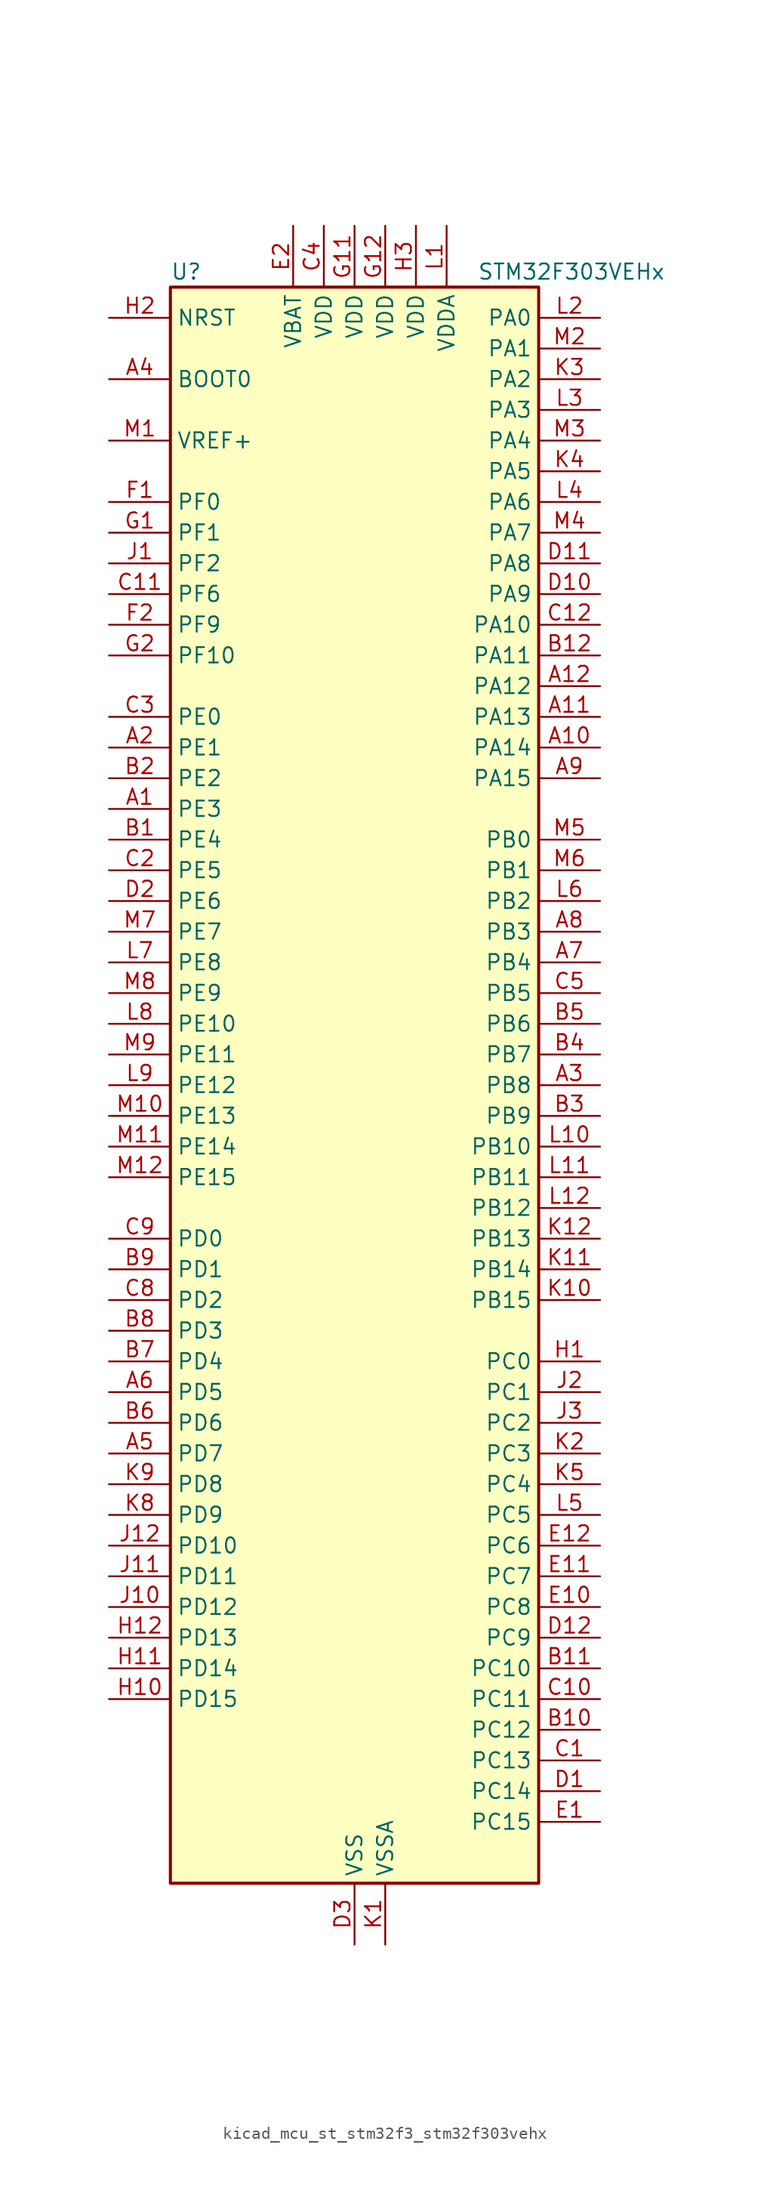
<source format=kicad_sym>
(kicad_symbol_lib
  (version 20220914)
  (generator kicad_symbol_editor)
  (symbol "kicad_mcu_st_stm32f3_stm32f303vehx"
    (property "Reference" "U"
      (at -15.24 67.31 0)
      (effects (font (size 1.27 1.27)) (justify left)))
    (property "Value" "STM32F303VEHx"
      (at 10.16 67.31 0)
      (effects (font (size 1.27 1.27)) (justify left)))
    (property "ki_locked" ""
      (at 0 0 0)
      (effects (font (size 1.27 1.27))))
    (symbol "kicad_mcu_st_stm32f3_stm32f303vehx_0_1"
      (rectangle (start -15.24 -66.04) (end 15.24 66.04) (stroke (width 0.254) (type default)) (fill (type background))))
    (symbol "kicad_mcu_st_stm32f3_stm32f303vehx_1_1"
      (pin bidirectional line (at -20.32 22.86 0) (length 5.08) (name "PE3" (effects (font (size 1.27 1.27)))) (number "A1" (effects (font (size 1.27 1.27)))) (alternate "FMC_A19" bidirectional line) (alternate "SPI4_NSS" bidirectional line) (alternate "SYS_TRACED0" bidirectional line) (alternate "TIM20_CH2" bidirectional line) (alternate "TIM3_CH2" bidirectional line) (alternate "TSC_G7_IO2" bidirectional line))
      (pin bidirectional line (at 20.32 27.94 180) (length 5.08) (name "PA14" (effects (font (size 1.27 1.27)))) (number "A10" (effects (font (size 1.27 1.27)))) (alternate "I2C1_SDA" bidirectional line) (alternate "SYS_JTCK-SWCLK" bidirectional line) (alternate "TIM1_BKIN" bidirectional line) (alternate "TIM8_CH2" bidirectional line) (alternate "TSC_G4_IO4" bidirectional line) (alternate "USART2_TX" bidirectional line))
      (pin bidirectional line (at 20.32 30.48 180) (length 5.08) (name "PA13" (effects (font (size 1.27 1.27)))) (number "A11" (effects (font (size 1.27 1.27)))) (alternate "IR_OUT" bidirectional line) (alternate "SYS_JTMS-SWDIO" bidirectional line) (alternate "TIM16_CH1N" bidirectional line) (alternate "TIM4_CH3" bidirectional line) (alternate "TSC_G4_IO3" bidirectional line) (alternate "USART3_CTS" bidirectional line))
      (pin bidirectional line (at 20.32 33.02 180) (length 5.08) (name "PA12" (effects (font (size 1.27 1.27)))) (number "A12" (effects (font (size 1.27 1.27)))) (alternate "CAN_TX" bidirectional line) (alternate "COMP2_OUT" bidirectional line) (alternate "I2S_CKIN" bidirectional line) (alternate "TIM16_CH1" bidirectional line) (alternate "TIM1_CH2N" bidirectional line) (alternate "TIM1_ETR" bidirectional line) (alternate "TIM4_CH2" bidirectional line) (alternate "USART1_DE" bidirectional line) (alternate "USART1_RTS" bidirectional line) (alternate "USB_DP" bidirectional line))
      (pin bidirectional line (at -20.32 27.94 0) (length 5.08) (name "PE1" (effects (font (size 1.27 1.27)))) (number "A2" (effects (font (size 1.27 1.27)))) (alternate "FMC_NBL1" bidirectional line) (alternate "TIM17_CH1" bidirectional line) (alternate "TIM20_CH4" bidirectional line) (alternate "USART1_RX" bidirectional line))
      (pin bidirectional line (at 20.32 0 180) (length 5.08) (name "PB8" (effects (font (size 1.27 1.27)))) (number "A3" (effects (font (size 1.27 1.27)))) (alternate "CAN_RX" bidirectional line) (alternate "COMP1_OUT" bidirectional line) (alternate "I2C1_SCL" bidirectional line) (alternate "TIM16_CH1" bidirectional line) (alternate "TIM1_BKIN" bidirectional line) (alternate "TIM4_CH3" bidirectional line) (alternate "TIM8_CH2" bidirectional line) (alternate "TSC_SYNC" bidirectional line) (alternate "USART3_RX" bidirectional line))
      (pin input line (at -20.32 58.42 0) (length 5.08) (name "BOOT0" (effects (font (size 1.27 1.27)))) (number "A4" (effects (font (size 1.27 1.27)))))
      (pin bidirectional line (at -20.32 -30.48 0) (length 5.08) (name "PD7" (effects (font (size 1.27 1.27)))) (number "A5" (effects (font (size 1.27 1.27)))) (alternate "FMC_NCE2" bidirectional line) (alternate "FMC_NE1" bidirectional line) (alternate "TIM2_CH3" bidirectional line) (alternate "USART2_CK" bidirectional line))
      (pin bidirectional line (at -20.32 -25.4 0) (length 5.08) (name "PD5" (effects (font (size 1.27 1.27)))) (number "A6" (effects (font (size 1.27 1.27)))) (alternate "FMC_NWE" bidirectional line) (alternate "USART2_TX" bidirectional line))
      (pin bidirectional line (at 20.32 10.16 180) (length 5.08) (name "PB4" (effects (font (size 1.27 1.27)))) (number "A7" (effects (font (size 1.27 1.27)))) (alternate "I2S3_ext_SD" bidirectional line) (alternate "SPI1_MISO" bidirectional line) (alternate "SPI3_MISO" bidirectional line) (alternate "SYS_NJTRST" bidirectional line) (alternate "TIM16_CH1" bidirectional line) (alternate "TIM17_BKIN" bidirectional line) (alternate "TIM3_CH1" bidirectional line) (alternate "TIM8_CH2N" bidirectional line) (alternate "TSC_G5_IO2" bidirectional line) (alternate "USART2_RX" bidirectional line))
      (pin bidirectional line (at 20.32 12.7 180) (length 5.08) (name "PB3" (effects (font (size 1.27 1.27)))) (number "A8" (effects (font (size 1.27 1.27)))) (alternate "I2S3_CK" bidirectional line) (alternate "SPI1_SCK" bidirectional line) (alternate "SPI3_SCK" bidirectional line) (alternate "SYS_JTDO-TRACESWO" bidirectional line) (alternate "TIM2_CH2" bidirectional line) (alternate "TIM3_ETR" bidirectional line) (alternate "TIM4_ETR" bidirectional line) (alternate "TIM8_CH1N" bidirectional line) (alternate "TSC_G5_IO1" bidirectional line) (alternate "USART2_TX" bidirectional line))
      (pin bidirectional line (at 20.32 25.4 180) (length 5.08) (name "PA15" (effects (font (size 1.27 1.27)))) (number "A9" (effects (font (size 1.27 1.27)))) (alternate "ADC1_EXTI15" bidirectional line) (alternate "ADC2_EXTI15" bidirectional line) (alternate "ADC3_EXTI15" bidirectional line) (alternate "ADC4_EXTI15" bidirectional line) (alternate "I2C1_SCL" bidirectional line) (alternate "I2S3_WS" bidirectional line) (alternate "SPI1_NSS" bidirectional line) (alternate "SPI3_NSS" bidirectional line) (alternate "SYS_JTDI" bidirectional line) (alternate "TIM1_BKIN" bidirectional line) (alternate "TIM2_CH1" bidirectional line) (alternate "TIM2_ETR" bidirectional line) (alternate "TIM8_CH1" bidirectional line) (alternate "TSC_SYNC" bidirectional line) (alternate "USART2_RX" bidirectional line))
      (pin bidirectional line (at -20.32 20.32 0) (length 5.08) (name "PE4" (effects (font (size 1.27 1.27)))) (number "B1" (effects (font (size 1.27 1.27)))) (alternate "FMC_A20" bidirectional line) (alternate "SPI4_NSS" bidirectional line) (alternate "SYS_TRACED1" bidirectional line) (alternate "TIM20_CH1N" bidirectional line) (alternate "TIM3_CH3" bidirectional line) (alternate "TSC_G7_IO3" bidirectional line))
      (pin bidirectional line (at 20.32 -53.34 180) (length 5.08) (name "PC12" (effects (font (size 1.27 1.27)))) (number "B10" (effects (font (size 1.27 1.27)))) (alternate "I2S3_SD" bidirectional line) (alternate "SPI3_MOSI" bidirectional line) (alternate "TIM8_CH3N" bidirectional line) (alternate "UART5_TX" bidirectional line) (alternate "USART3_CK" bidirectional line))
      (pin bidirectional line (at 20.32 -48.26 180) (length 5.08) (name "PC10" (effects (font (size 1.27 1.27)))) (number "B11" (effects (font (size 1.27 1.27)))) (alternate "I2S3_CK" bidirectional line) (alternate "SPI3_SCK" bidirectional line) (alternate "TIM8_CH1N" bidirectional line) (alternate "UART4_TX" bidirectional line) (alternate "USART3_TX" bidirectional line))
      (pin bidirectional line (at 20.32 35.56 180) (length 5.08) (name "PA11" (effects (font (size 1.27 1.27)))) (number "B12" (effects (font (size 1.27 1.27)))) (alternate "ADC1_EXTI11" bidirectional line) (alternate "ADC2_EXTI11" bidirectional line) (alternate "CAN_RX" bidirectional line) (alternate "COMP1_OUT" bidirectional line) (alternate "I2S2_SD" bidirectional line) (alternate "SPI2_MOSI" bidirectional line) (alternate "TIM1_BKIN2" bidirectional line) (alternate "TIM1_CH1N" bidirectional line) (alternate "TIM1_CH4" bidirectional line) (alternate "TIM4_CH1" bidirectional line) (alternate "USART1_CTS" bidirectional line) (alternate "USB_DM" bidirectional line))
      (pin bidirectional line (at -20.32 25.4 0) (length 5.08) (name "PE2" (effects (font (size 1.27 1.27)))) (number "B2" (effects (font (size 1.27 1.27)))) (alternate "ADC3_EXTI2" bidirectional line) (alternate "ADC4_EXTI2" bidirectional line) (alternate "FMC_A23" bidirectional line) (alternate "SPI4_SCK" bidirectional line) (alternate "SYS_TRACECK" bidirectional line) (alternate "TIM20_CH1" bidirectional line) (alternate "TIM3_CH1" bidirectional line) (alternate "TSC_G7_IO1" bidirectional line))
      (pin bidirectional line (at 20.32 -2.54 180) (length 5.08) (name "PB9" (effects (font (size 1.27 1.27)))) (number "B3" (effects (font (size 1.27 1.27)))) (alternate "CAN_TX" bidirectional line) (alternate "COMP2_OUT" bidirectional line) (alternate "DAC1_EXTI9" bidirectional line) (alternate "I2C1_SDA" bidirectional line) (alternate "IR_OUT" bidirectional line) (alternate "TIM17_CH1" bidirectional line) (alternate "TIM4_CH4" bidirectional line) (alternate "TIM8_CH3" bidirectional line) (alternate "USART3_TX" bidirectional line))
      (pin bidirectional line (at 20.32 2.54 180) (length 5.08) (name "PB7" (effects (font (size 1.27 1.27)))) (number "B4" (effects (font (size 1.27 1.27)))) (alternate "FMC_NL" bidirectional line) (alternate "I2C1_SDA" bidirectional line) (alternate "TIM17_CH1N" bidirectional line) (alternate "TIM3_CH4" bidirectional line) (alternate "TIM4_CH2" bidirectional line) (alternate "TIM8_BKIN" bidirectional line) (alternate "TSC_G5_IO4" bidirectional line) (alternate "USART1_RX" bidirectional line))
      (pin bidirectional line (at 20.32 5.08 180) (length 5.08) (name "PB6" (effects (font (size 1.27 1.27)))) (number "B5" (effects (font (size 1.27 1.27)))) (alternate "I2C1_SCL" bidirectional line) (alternate "TIM16_CH1N" bidirectional line) (alternate "TIM4_CH1" bidirectional line) (alternate "TIM8_BKIN2" bidirectional line) (alternate "TIM8_CH1" bidirectional line) (alternate "TIM8_ETR" bidirectional line) (alternate "TSC_G5_IO3" bidirectional line) (alternate "USART1_TX" bidirectional line))
      (pin bidirectional line (at -20.32 -27.94 0) (length 5.08) (name "PD6" (effects (font (size 1.27 1.27)))) (number "B6" (effects (font (size 1.27 1.27)))) (alternate "FMC_NWAIT" bidirectional line) (alternate "TIM2_CH4" bidirectional line) (alternate "USART2_RX" bidirectional line))
      (pin bidirectional line (at -20.32 -22.86 0) (length 5.08) (name "PD4" (effects (font (size 1.27 1.27)))) (number "B7" (effects (font (size 1.27 1.27)))) (alternate "FMC_NOE" bidirectional line) (alternate "TIM2_CH2" bidirectional line) (alternate "USART2_DE" bidirectional line) (alternate "USART2_RTS" bidirectional line))
      (pin bidirectional line (at -20.32 -20.32 0) (length 5.08) (name "PD3" (effects (font (size 1.27 1.27)))) (number "B8" (effects (font (size 1.27 1.27)))) (alternate "FMC_CLK" bidirectional line) (alternate "TIM2_CH1" bidirectional line) (alternate "TIM2_ETR" bidirectional line) (alternate "USART2_CTS" bidirectional line))
      (pin bidirectional line (at -20.32 -15.24 0) (length 5.08) (name "PD1" (effects (font (size 1.27 1.27)))) (number "B9" (effects (font (size 1.27 1.27)))) (alternate "CAN_TX" bidirectional line) (alternate "FMC_D3" bidirectional line) (alternate "FMC_DA3" bidirectional line) (alternate "TIM8_BKIN2" bidirectional line) (alternate "TIM8_CH4" bidirectional line))
      (pin bidirectional line (at 20.32 -55.88 180) (length 5.08) (name "PC13" (effects (font (size 1.27 1.27)))) (number "C1" (effects (font (size 1.27 1.27)))) (alternate "RTC_OUT_ALARM" bidirectional line) (alternate "RTC_OUT_CALIB" bidirectional line) (alternate "RTC_TAMP1" bidirectional line) (alternate "RTC_TS" bidirectional line) (alternate "SYS_WKUP2" bidirectional line) (alternate "TIM1_CH1N" bidirectional line))
      (pin bidirectional line (at 20.32 -50.8 180) (length 5.08) (name "PC11" (effects (font (size 1.27 1.27)))) (number "C10" (effects (font (size 1.27 1.27)))) (alternate "ADC1_EXTI11" bidirectional line) (alternate "ADC2_EXTI11" bidirectional line) (alternate "I2S3_ext_SD" bidirectional line) (alternate "SPI3_MISO" bidirectional line) (alternate "TIM8_CH2N" bidirectional line) (alternate "UART4_RX" bidirectional line) (alternate "USART3_RX" bidirectional line))
      (pin bidirectional line (at -20.32 40.64 0) (length 5.08) (name "PF6" (effects (font (size 1.27 1.27)))) (number "C11" (effects (font (size 1.27 1.27)))) (alternate "FMC_NIORD" bidirectional line) (alternate "I2C2_SCL" bidirectional line) (alternate "TIM4_CH4" bidirectional line) (alternate "USART3_DE" bidirectional line) (alternate "USART3_RTS" bidirectional line))
      (pin bidirectional line (at 20.32 38.1 180) (length 5.08) (name "PA10" (effects (font (size 1.27 1.27)))) (number "C12" (effects (font (size 1.27 1.27)))) (alternate "COMP6_OUT" bidirectional line) (alternate "I2C2_SDA" bidirectional line) (alternate "I2S2_ext_SD" bidirectional line) (alternate "SPI2_MISO" bidirectional line) (alternate "TIM17_BKIN" bidirectional line) (alternate "TIM1_CH3" bidirectional line) (alternate "TIM2_CH4" bidirectional line) (alternate "TIM8_BKIN" bidirectional line) (alternate "TSC_G4_IO2" bidirectional line) (alternate "USART1_RX" bidirectional line))
      (pin bidirectional line (at -20.32 17.78 0) (length 5.08) (name "PE5" (effects (font (size 1.27 1.27)))) (number "C2" (effects (font (size 1.27 1.27)))) (alternate "FMC_A21" bidirectional line) (alternate "SPI4_MISO" bidirectional line) (alternate "SYS_TRACED2" bidirectional line) (alternate "TIM20_CH2N" bidirectional line) (alternate "TIM3_CH4" bidirectional line) (alternate "TSC_G7_IO4" bidirectional line))
      (pin bidirectional line (at -20.32 30.48 0) (length 5.08) (name "PE0" (effects (font (size 1.27 1.27)))) (number "C3" (effects (font (size 1.27 1.27)))) (alternate "FMC_NBL0" bidirectional line) (alternate "TIM16_CH1" bidirectional line) (alternate "TIM20_ETR" bidirectional line) (alternate "TIM4_ETR" bidirectional line) (alternate "USART1_TX" bidirectional line))
      (pin power_in line (at -2.54 71.12 270) (length 5.08) (name "VDD" (effects (font (size 1.27 1.27)))) (number "C4" (effects (font (size 1.27 1.27)))))
      (pin bidirectional line (at 20.32 7.62 180) (length 5.08) (name "PB5" (effects (font (size 1.27 1.27)))) (number "C5" (effects (font (size 1.27 1.27)))) (alternate "I2C1_SMBA" bidirectional line) (alternate "I2C3_SDA" bidirectional line) (alternate "I2S3_SD" bidirectional line) (alternate "SPI1_MOSI" bidirectional line) (alternate "SPI3_MOSI" bidirectional line) (alternate "TIM16_BKIN" bidirectional line) (alternate "TIM17_CH1" bidirectional line) (alternate "TIM3_CH2" bidirectional line) (alternate "TIM8_CH3N" bidirectional line) (alternate "USART2_CK" bidirectional line))
      (pin bidirectional line (at -20.32 -17.78 0) (length 5.08) (name "PD2" (effects (font (size 1.27 1.27)))) (number "C8" (effects (font (size 1.27 1.27)))) (alternate "ADC3_EXTI2" bidirectional line) (alternate "ADC4_EXTI2" bidirectional line) (alternate "TIM3_ETR" bidirectional line) (alternate "TIM8_BKIN" bidirectional line) (alternate "UART5_RX" bidirectional line))
      (pin bidirectional line (at -20.32 -12.7 0) (length 5.08) (name "PD0" (effects (font (size 1.27 1.27)))) (number "C9" (effects (font (size 1.27 1.27)))) (alternate "CAN_RX" bidirectional line) (alternate "FMC_D2" bidirectional line) (alternate "FMC_DA2" bidirectional line))
      (pin bidirectional line (at 20.32 -58.42 180) (length 5.08) (name "PC14" (effects (font (size 1.27 1.27)))) (number "D1" (effects (font (size 1.27 1.27)))) (alternate "RCC_OSC32_IN" bidirectional line))
      (pin bidirectional line (at 20.32 40.64 180) (length 5.08) (name "PA9" (effects (font (size 1.27 1.27)))) (number "D10" (effects (font (size 1.27 1.27)))) (alternate "COMP5_OUT" bidirectional line) (alternate "DAC1_EXTI9" bidirectional line) (alternate "I2C2_SCL" bidirectional line) (alternate "I2C3_SMBA" bidirectional line) (alternate "I2S3_MCK" bidirectional line) (alternate "TIM15_BKIN" bidirectional line) (alternate "TIM1_CH2" bidirectional line) (alternate "TIM2_CH3" bidirectional line) (alternate "TSC_G4_IO1" bidirectional line) (alternate "USART1_TX" bidirectional line))
      (pin bidirectional line (at 20.32 43.18 180) (length 5.08) (name "PA8" (effects (font (size 1.27 1.27)))) (number "D11" (effects (font (size 1.27 1.27)))) (alternate "COMP3_OUT" bidirectional line) (alternate "I2C2_SMBA" bidirectional line) (alternate "I2C3_SCL" bidirectional line) (alternate "I2S2_MCK" bidirectional line) (alternate "RCC_MCO" bidirectional line) (alternate "TIM1_CH1" bidirectional line) (alternate "TIM4_ETR" bidirectional line) (alternate "USART1_CK" bidirectional line))
      (pin bidirectional line (at 20.32 -45.72 180) (length 5.08) (name "PC9" (effects (font (size 1.27 1.27)))) (number "D12" (effects (font (size 1.27 1.27)))) (alternate "DAC1_EXTI9" bidirectional line) (alternate "I2C3_SDA" bidirectional line) (alternate "I2S_CKIN" bidirectional line) (alternate "TIM3_CH4" bidirectional line) (alternate "TIM8_BKIN2" bidirectional line) (alternate "TIM8_CH4" bidirectional line))
      (pin bidirectional line (at -20.32 15.24 0) (length 5.08) (name "PE6" (effects (font (size 1.27 1.27)))) (number "D2" (effects (font (size 1.27 1.27)))) (alternate "FMC_A22" bidirectional line) (alternate "RTC_TAMP3" bidirectional line) (alternate "SPI4_MOSI" bidirectional line) (alternate "SYS_TRACED3" bidirectional line) (alternate "SYS_WKUP3" bidirectional line) (alternate "TIM20_CH3N" bidirectional line))
      (pin power_in line (at 0 -71.12 90) (length 5.08) (name "VSS" (effects (font (size 1.27 1.27)))) (number "D3" (effects (font (size 1.27 1.27)))))
      (pin bidirectional line (at 20.32 -60.96 180) (length 5.08) (name "PC15" (effects (font (size 1.27 1.27)))) (number "E1" (effects (font (size 1.27 1.27)))) (alternate "ADC1_EXTI15" bidirectional line) (alternate "ADC2_EXTI15" bidirectional line) (alternate "ADC3_EXTI15" bidirectional line) (alternate "ADC4_EXTI15" bidirectional line) (alternate "RCC_OSC32_OUT" bidirectional line))
      (pin bidirectional line (at 20.32 -43.18 180) (length 5.08) (name "PC8" (effects (font (size 1.27 1.27)))) (number "E10" (effects (font (size 1.27 1.27)))) (alternate "COMP3_OUT" bidirectional line) (alternate "TIM3_CH3" bidirectional line) (alternate "TIM8_CH3" bidirectional line))
      (pin bidirectional line (at 20.32 -40.64 180) (length 5.08) (name "PC7" (effects (font (size 1.27 1.27)))) (number "E11" (effects (font (size 1.27 1.27)))) (alternate "COMP5_OUT" bidirectional line) (alternate "I2S3_MCK" bidirectional line) (alternate "TIM3_CH2" bidirectional line) (alternate "TIM8_CH2" bidirectional line))
      (pin bidirectional line (at 20.32 -38.1 180) (length 5.08) (name "PC6" (effects (font (size 1.27 1.27)))) (number "E12" (effects (font (size 1.27 1.27)))) (alternate "COMP6_OUT" bidirectional line) (alternate "I2S2_MCK" bidirectional line) (alternate "TIM3_CH1" bidirectional line) (alternate "TIM8_CH1" bidirectional line))
      (pin power_in line (at -5.08 71.12 270) (length 5.08) (name "VBAT" (effects (font (size 1.27 1.27)))) (number "E2" (effects (font (size 1.27 1.27)))))
      (pin passive line (at 0 -71.12 90) (length 5.08) hide (name "VSS" (effects (font (size 1.27 1.27)))) (number "E3" (effects (font (size 1.27 1.27)))))
      (pin bidirectional line (at -20.32 48.26 0) (length 5.08) (name "PF0" (effects (font (size 1.27 1.27)))) (number "F1" (effects (font (size 1.27 1.27)))) (alternate "I2C2_SDA" bidirectional line) (alternate "I2S2_WS" bidirectional line) (alternate "RCC_OSC_IN" bidirectional line) (alternate "SPI2_NSS" bidirectional line) (alternate "TIM1_CH3N" bidirectional line))
      (pin passive line (at 0 -71.12 90) (length 5.08) hide (name "VSS" (effects (font (size 1.27 1.27)))) (number "F11" (effects (font (size 1.27 1.27)))))
      (pin passive line (at 0 -71.12 90) (length 5.08) hide (name "VSS" (effects (font (size 1.27 1.27)))) (number "F12" (effects (font (size 1.27 1.27)))))
      (pin bidirectional line (at -20.32 38.1 0) (length 5.08) (name "PF9" (effects (font (size 1.27 1.27)))) (number "F2" (effects (font (size 1.27 1.27)))) (alternate "DAC1_EXTI9" bidirectional line) (alternate "FMC_CD" bidirectional line) (alternate "SPI2_SCK" bidirectional line) (alternate "TIM15_CH1" bidirectional line) (alternate "TIM20_BKIN" bidirectional line))
      (pin bidirectional line (at -20.32 45.72 0) (length 5.08) (name "PF1" (effects (font (size 1.27 1.27)))) (number "G1" (effects (font (size 1.27 1.27)))) (alternate "I2C2_SCL" bidirectional line) (alternate "I2S2_CK" bidirectional line) (alternate "RCC_OSC_OUT" bidirectional line) (alternate "SPI2_SCK" bidirectional line))
      (pin power_in line (at 0 71.12 270) (length 5.08) (name "VDD" (effects (font (size 1.27 1.27)))) (number "G11" (effects (font (size 1.27 1.27)))))
      (pin power_in line (at 2.54 71.12 270) (length 5.08) (name "VDD" (effects (font (size 1.27 1.27)))) (number "G12" (effects (font (size 1.27 1.27)))))
      (pin bidirectional line (at -20.32 35.56 0) (length 5.08) (name "PF10" (effects (font (size 1.27 1.27)))) (number "G2" (effects (font (size 1.27 1.27)))) (alternate "FMC_INTR" bidirectional line) (alternate "SPI2_SCK" bidirectional line) (alternate "TIM15_CH2" bidirectional line) (alternate "TIM20_BKIN2" bidirectional line))
      (pin bidirectional line (at 20.32 -22.86 180) (length 5.08) (name "PC0" (effects (font (size 1.27 1.27)))) (number "H1" (effects (font (size 1.27 1.27)))) (alternate "ADC1_IN6" bidirectional line) (alternate "ADC2_IN6" bidirectional line) (alternate "COMP7_INM" bidirectional line) (alternate "TIM1_CH1" bidirectional line))
      (pin bidirectional line (at -20.32 -50.8 0) (length 5.08) (name "PD15" (effects (font (size 1.27 1.27)))) (number "H10" (effects (font (size 1.27 1.27)))) (alternate "ADC1_EXTI15" bidirectional line) (alternate "ADC2_EXTI15" bidirectional line) (alternate "ADC3_EXTI15" bidirectional line) (alternate "ADC4_EXTI15" bidirectional line) (alternate "COMP3_INM" bidirectional line) (alternate "FMC_D1" bidirectional line) (alternate "FMC_DA1" bidirectional line) (alternate "SPI2_NSS" bidirectional line) (alternate "TIM4_CH4" bidirectional line) (alternate "TSC_G8_IO4" bidirectional line))
      (pin bidirectional line (at -20.32 -48.26 0) (length 5.08) (name "PD14" (effects (font (size 1.27 1.27)))) (number "H11" (effects (font (size 1.27 1.27)))) (alternate "ADC3_IN11" bidirectional line) (alternate "ADC4_IN11" bidirectional line) (alternate "FMC_D0" bidirectional line) (alternate "FMC_DA0" bidirectional line) (alternate "OPAMP2_VINP" bidirectional line) (alternate "OPAMP2_VINP_SEC" bidirectional line) (alternate "TIM4_CH3" bidirectional line) (alternate "TSC_G8_IO3" bidirectional line))
      (pin bidirectional line (at -20.32 -45.72 0) (length 5.08) (name "PD13" (effects (font (size 1.27 1.27)))) (number "H12" (effects (font (size 1.27 1.27)))) (alternate "ADC3_IN10" bidirectional line) (alternate "ADC4_IN10" bidirectional line) (alternate "COMP5_INM" bidirectional line) (alternate "FMC_A18" bidirectional line) (alternate "TIM4_CH2" bidirectional line) (alternate "TSC_G8_IO2" bidirectional line))
      (pin input line (at -20.32 63.5 0) (length 5.08) (name "NRST" (effects (font (size 1.27 1.27)))) (number "H2" (effects (font (size 1.27 1.27)))))
      (pin power_in line (at 5.08 71.12 270) (length 5.08) (name "VDD" (effects (font (size 1.27 1.27)))) (number "H3" (effects (font (size 1.27 1.27)))))
      (pin bidirectional line (at -20.32 43.18 0) (length 5.08) (name "PF2" (effects (font (size 1.27 1.27)))) (number "J1" (effects (font (size 1.27 1.27)))) (alternate "ADC1_IN10" bidirectional line) (alternate "ADC2_IN10" bidirectional line) (alternate "ADC3_EXTI2" bidirectional line) (alternate "ADC4_EXTI2" bidirectional line) (alternate "FMC_A2" bidirectional line) (alternate "TIM20_CH3" bidirectional line))
      (pin bidirectional line (at -20.32 -43.18 0) (length 5.08) (name "PD12" (effects (font (size 1.27 1.27)))) (number "J10" (effects (font (size 1.27 1.27)))) (alternate "ADC3_IN9" bidirectional line) (alternate "ADC4_IN9" bidirectional line) (alternate "FMC_A17" bidirectional line) (alternate "FMC_ALE" bidirectional line) (alternate "TIM4_CH1" bidirectional line) (alternate "TSC_G8_IO1" bidirectional line) (alternate "USART3_DE" bidirectional line) (alternate "USART3_RTS" bidirectional line))
      (pin bidirectional line (at -20.32 -40.64 0) (length 5.08) (name "PD11" (effects (font (size 1.27 1.27)))) (number "J11" (effects (font (size 1.27 1.27)))) (alternate "ADC1_EXTI11" bidirectional line) (alternate "ADC2_EXTI11" bidirectional line) (alternate "ADC3_IN8" bidirectional line) (alternate "ADC4_IN8" bidirectional line) (alternate "FMC_A16" bidirectional line) (alternate "FMC_CLE" bidirectional line) (alternate "OPAMP4_VINP" bidirectional line) (alternate "OPAMP4_VINP_SEC" bidirectional line) (alternate "USART3_CTS" bidirectional line))
      (pin bidirectional line (at -20.32 -38.1 0) (length 5.08) (name "PD10" (effects (font (size 1.27 1.27)))) (number "J12" (effects (font (size 1.27 1.27)))) (alternate "ADC3_IN7" bidirectional line) (alternate "ADC4_IN7" bidirectional line) (alternate "COMP6_INM" bidirectional line) (alternate "FMC_D15" bidirectional line) (alternate "FMC_DA15" bidirectional line) (alternate "USART3_CK" bidirectional line))
      (pin bidirectional line (at 20.32 -25.4 180) (length 5.08) (name "PC1" (effects (font (size 1.27 1.27)))) (number "J2" (effects (font (size 1.27 1.27)))) (alternate "ADC1_IN7" bidirectional line) (alternate "ADC2_IN7" bidirectional line) (alternate "COMP7_INP" bidirectional line) (alternate "TIM1_CH2" bidirectional line))
      (pin bidirectional line (at 20.32 -27.94 180) (length 5.08) (name "PC2" (effects (font (size 1.27 1.27)))) (number "J3" (effects (font (size 1.27 1.27)))) (alternate "ADC1_IN8" bidirectional line) (alternate "ADC2_IN8" bidirectional line) (alternate "ADC3_EXTI2" bidirectional line) (alternate "ADC4_EXTI2" bidirectional line) (alternate "COMP7_OUT" bidirectional line) (alternate "TIM1_CH3" bidirectional line))
      (pin power_in line (at 2.54 -71.12 90) (length 5.08) (name "VSSA" (effects (font (size 1.27 1.27)))) (number "K1" (effects (font (size 1.27 1.27)))))
      (pin bidirectional line (at 20.32 -17.78 180) (length 5.08) (name "PB15" (effects (font (size 1.27 1.27)))) (number "K10" (effects (font (size 1.27 1.27)))) (alternate "ADC1_EXTI15" bidirectional line) (alternate "ADC2_EXTI15" bidirectional line) (alternate "ADC3_EXTI15" bidirectional line) (alternate "ADC4_EXTI15" bidirectional line) (alternate "ADC4_IN5" bidirectional line) (alternate "COMP6_INM" bidirectional line) (alternate "I2S2_SD" bidirectional line) (alternate "RTC_REFIN" bidirectional line) (alternate "SPI2_MOSI" bidirectional line) (alternate "TIM15_CH1N" bidirectional line) (alternate "TIM15_CH2" bidirectional line) (alternate "TIM1_CH3N" bidirectional line))
      (pin bidirectional line (at 20.32 -15.24 180) (length 5.08) (name "PB14" (effects (font (size 1.27 1.27)))) (number "K11" (effects (font (size 1.27 1.27)))) (alternate "ADC4_IN4" bidirectional line) (alternate "COMP3_INP" bidirectional line) (alternate "I2S2_ext_SD" bidirectional line) (alternate "OPAMP2_VINP" bidirectional line) (alternate "OPAMP2_VINP_SEC" bidirectional line) (alternate "SPI2_MISO" bidirectional line) (alternate "TIM15_CH1" bidirectional line) (alternate "TIM1_CH2N" bidirectional line) (alternate "TSC_G6_IO4" bidirectional line) (alternate "USART3_DE" bidirectional line) (alternate "USART3_RTS" bidirectional line))
      (pin bidirectional line (at 20.32 -12.7 180) (length 5.08) (name "PB13" (effects (font (size 1.27 1.27)))) (number "K12" (effects (font (size 1.27 1.27)))) (alternate "ADC3_IN5" bidirectional line) (alternate "COMP5_INP" bidirectional line) (alternate "I2S2_CK" bidirectional line) (alternate "OPAMP3_VINP" bidirectional line) (alternate "OPAMP3_VINP_SEC" bidirectional line) (alternate "OPAMP4_VINP" bidirectional line) (alternate "OPAMP4_VINP_SEC" bidirectional line) (alternate "SPI2_SCK" bidirectional line) (alternate "TIM1_CH1N" bidirectional line) (alternate "TSC_G6_IO3" bidirectional line) (alternate "USART3_CTS" bidirectional line))
      (pin bidirectional line (at 20.32 -30.48 180) (length 5.08) (name "PC3" (effects (font (size 1.27 1.27)))) (number "K2" (effects (font (size 1.27 1.27)))) (alternate "ADC1_IN9" bidirectional line) (alternate "ADC2_IN9" bidirectional line) (alternate "TIM1_BKIN2" bidirectional line) (alternate "TIM1_CH4" bidirectional line))
      (pin bidirectional line (at 20.32 58.42 180) (length 5.08) (name "PA2" (effects (font (size 1.27 1.27)))) (number "K3" (effects (font (size 1.27 1.27)))) (alternate "ADC1_IN3" bidirectional line) (alternate "ADC3_EXTI2" bidirectional line) (alternate "ADC4_EXTI2" bidirectional line) (alternate "COMP2_INM" bidirectional line) (alternate "COMP2_OUT" bidirectional line) (alternate "OPAMP1_VOUT" bidirectional line) (alternate "TIM15_CH1" bidirectional line) (alternate "TIM2_CH3" bidirectional line) (alternate "TSC_G1_IO3" bidirectional line) (alternate "USART2_TX" bidirectional line))
      (pin bidirectional line (at 20.32 50.8 180) (length 5.08) (name "PA5" (effects (font (size 1.27 1.27)))) (number "K4" (effects (font (size 1.27 1.27)))) (alternate "ADC2_IN2" bidirectional line) (alternate "COMP1_INM" bidirectional line) (alternate "COMP2_INM" bidirectional line) (alternate "COMP3_INM" bidirectional line) (alternate "COMP4_INM" bidirectional line) (alternate "COMP5_INM" bidirectional line) (alternate "COMP6_INM" bidirectional line) (alternate "COMP7_INM" bidirectional line) (alternate "DAC1_OUT2" bidirectional line) (alternate "OPAMP1_VINP" bidirectional line) (alternate "OPAMP1_VINP_SEC" bidirectional line) (alternate "OPAMP2_VINM" bidirectional line) (alternate "OPAMP2_VINM_SEC" bidirectional line) (alternate "OPAMP3_VINP" bidirectional line) (alternate "OPAMP3_VINP_SEC" bidirectional line) (alternate "SPI1_SCK" bidirectional line) (alternate "TIM2_CH1" bidirectional line) (alternate "TIM2_ETR" bidirectional line) (alternate "TSC_G2_IO2" bidirectional line))
      (pin bidirectional line (at 20.32 -33.02 180) (length 5.08) (name "PC4" (effects (font (size 1.27 1.27)))) (number "K5" (effects (font (size 1.27 1.27)))) (alternate "ADC2_IN5" bidirectional line) (alternate "TIM1_ETR" bidirectional line) (alternate "USART1_TX" bidirectional line))
      (pin bidirectional line (at -20.32 -35.56 0) (length 5.08) (name "PD9" (effects (font (size 1.27 1.27)))) (number "K8" (effects (font (size 1.27 1.27)))) (alternate "ADC4_IN13" bidirectional line) (alternate "DAC1_EXTI9" bidirectional line) (alternate "FMC_D14" bidirectional line) (alternate "FMC_DA14" bidirectional line) (alternate "USART3_RX" bidirectional line))
      (pin bidirectional line (at -20.32 -33.02 0) (length 5.08) (name "PD8" (effects (font (size 1.27 1.27)))) (number "K9" (effects (font (size 1.27 1.27)))) (alternate "ADC4_IN12" bidirectional line) (alternate "FMC_D13" bidirectional line) (alternate "FMC_DA13" bidirectional line) (alternate "OPAMP4_VINM" bidirectional line) (alternate "OPAMP4_VINM_SEC" bidirectional line) (alternate "USART3_TX" bidirectional line))
      (pin power_in line (at 7.62 71.12 270) (length 5.08) (name "VDDA" (effects (font (size 1.27 1.27)))) (number "L1" (effects (font (size 1.27 1.27)))))
      (pin bidirectional line (at 20.32 -5.08 180) (length 5.08) (name "PB10" (effects (font (size 1.27 1.27)))) (number "L10" (effects (font (size 1.27 1.27)))) (alternate "COMP5_INM" bidirectional line) (alternate "OPAMP3_VINM" bidirectional line) (alternate "OPAMP3_VINM_SEC" bidirectional line) (alternate "OPAMP4_VINM" bidirectional line) (alternate "OPAMP4_VINM_SEC" bidirectional line) (alternate "TIM2_CH3" bidirectional line) (alternate "TSC_SYNC" bidirectional line) (alternate "USART3_TX" bidirectional line))
      (pin bidirectional line (at 20.32 -7.62 180) (length 5.08) (name "PB11" (effects (font (size 1.27 1.27)))) (number "L11" (effects (font (size 1.27 1.27)))) (alternate "ADC1_EXTI11" bidirectional line) (alternate "ADC1_IN14" bidirectional line) (alternate "ADC2_EXTI11" bidirectional line) (alternate "ADC2_IN14" bidirectional line) (alternate "COMP6_INP" bidirectional line) (alternate "OPAMP4_VINP" bidirectional line) (alternate "OPAMP4_VINP_SEC" bidirectional line) (alternate "TIM2_CH4" bidirectional line) (alternate "TSC_G6_IO1" bidirectional line) (alternate "USART3_RX" bidirectional line))
      (pin bidirectional line (at 20.32 -10.16 180) (length 5.08) (name "PB12" (effects (font (size 1.27 1.27)))) (number "L12" (effects (font (size 1.27 1.27)))) (alternate "ADC4_IN3" bidirectional line) (alternate "COMP3_INM" bidirectional line) (alternate "I2C2_SMBA" bidirectional line) (alternate "I2S2_WS" bidirectional line) (alternate "OPAMP4_VOUT" bidirectional line) (alternate "SPI2_NSS" bidirectional line) (alternate "TIM1_BKIN" bidirectional line) (alternate "TSC_G6_IO2" bidirectional line) (alternate "USART3_CK" bidirectional line))
      (pin bidirectional line (at 20.32 63.5 180) (length 5.08) (name "PA0" (effects (font (size 1.27 1.27)))) (number "L2" (effects (font (size 1.27 1.27)))) (alternate "ADC1_IN1" bidirectional line) (alternate "COMP1_INM" bidirectional line) (alternate "COMP1_OUT" bidirectional line) (alternate "RTC_TAMP2" bidirectional line) (alternate "SYS_WKUP1" bidirectional line) (alternate "TIM2_CH1" bidirectional line) (alternate "TIM2_ETR" bidirectional line) (alternate "TIM8_BKIN" bidirectional line) (alternate "TIM8_ETR" bidirectional line) (alternate "TSC_G1_IO1" bidirectional line) (alternate "USART2_CTS" bidirectional line))
      (pin bidirectional line (at 20.32 55.88 180) (length 5.08) (name "PA3" (effects (font (size 1.27 1.27)))) (number "L3" (effects (font (size 1.27 1.27)))) (alternate "ADC1_IN4" bidirectional line) (alternate "OPAMP1_VINM" bidirectional line) (alternate "OPAMP1_VINM_SEC" bidirectional line) (alternate "OPAMP1_VINP" bidirectional line) (alternate "OPAMP1_VINP_SEC" bidirectional line) (alternate "TIM15_CH2" bidirectional line) (alternate "TIM2_CH4" bidirectional line) (alternate "TSC_G1_IO4" bidirectional line) (alternate "USART2_RX" bidirectional line))
      (pin bidirectional line (at 20.32 48.26 180) (length 5.08) (name "PA6" (effects (font (size 1.27 1.27)))) (number "L4" (effects (font (size 1.27 1.27)))) (alternate "ADC2_IN3" bidirectional line) (alternate "COMP1_OUT" bidirectional line) (alternate "OPAMP2_VOUT" bidirectional line) (alternate "SPI1_MISO" bidirectional line) (alternate "TIM16_CH1" bidirectional line) (alternate "TIM1_BKIN" bidirectional line) (alternate "TIM3_CH1" bidirectional line) (alternate "TIM8_BKIN" bidirectional line) (alternate "TSC_G2_IO3" bidirectional line))
      (pin bidirectional line (at 20.32 -35.56 180) (length 5.08) (name "PC5" (effects (font (size 1.27 1.27)))) (number "L5" (effects (font (size 1.27 1.27)))) (alternate "ADC2_IN11" bidirectional line) (alternate "OPAMP1_VINM" bidirectional line) (alternate "OPAMP1_VINM_SEC" bidirectional line) (alternate "OPAMP2_VINM" bidirectional line) (alternate "OPAMP2_VINM_SEC" bidirectional line) (alternate "TIM15_BKIN" bidirectional line) (alternate "TSC_G3_IO1" bidirectional line) (alternate "USART1_RX" bidirectional line))
      (pin bidirectional line (at 20.32 15.24 180) (length 5.08) (name "PB2" (effects (font (size 1.27 1.27)))) (number "L6" (effects (font (size 1.27 1.27)))) (alternate "ADC2_IN12" bidirectional line) (alternate "ADC3_EXTI2" bidirectional line) (alternate "ADC4_EXTI2" bidirectional line) (alternate "COMP4_INM" bidirectional line) (alternate "OPAMP3_VINM" bidirectional line) (alternate "OPAMP3_VINM_SEC" bidirectional line) (alternate "TSC_G3_IO4" bidirectional line))
      (pin bidirectional line (at -20.32 10.16 0) (length 5.08) (name "PE8" (effects (font (size 1.27 1.27)))) (number "L7" (effects (font (size 1.27 1.27)))) (alternate "ADC3_IN6" bidirectional line) (alternate "ADC4_IN6" bidirectional line) (alternate "COMP4_INM" bidirectional line) (alternate "FMC_D5" bidirectional line) (alternate "FMC_DA5" bidirectional line) (alternate "TIM1_CH1N" bidirectional line))
      (pin bidirectional line (at -20.32 5.08 0) (length 5.08) (name "PE10" (effects (font (size 1.27 1.27)))) (number "L8" (effects (font (size 1.27 1.27)))) (alternate "ADC3_IN14" bidirectional line) (alternate "FMC_D7" bidirectional line) (alternate "FMC_DA7" bidirectional line) (alternate "TIM1_CH2N" bidirectional line))
      (pin bidirectional line (at -20.32 0 0) (length 5.08) (name "PE12" (effects (font (size 1.27 1.27)))) (number "L9" (effects (font (size 1.27 1.27)))) (alternate "ADC3_IN16" bidirectional line) (alternate "FMC_D9" bidirectional line) (alternate "FMC_DA9" bidirectional line) (alternate "SPI4_SCK" bidirectional line) (alternate "TIM1_CH3N" bidirectional line))
      (pin input line (at -20.32 53.34 0) (length 5.08) (name "VREF+" (effects (font (size 1.27 1.27)))) (number "M1" (effects (font (size 1.27 1.27)))))
      (pin bidirectional line (at -20.32 -2.54 0) (length 5.08) (name "PE13" (effects (font (size 1.27 1.27)))) (number "M10" (effects (font (size 1.27 1.27)))) (alternate "ADC3_IN3" bidirectional line) (alternate "FMC_D10" bidirectional line) (alternate "FMC_DA10" bidirectional line) (alternate "SPI4_MISO" bidirectional line) (alternate "TIM1_CH3" bidirectional line))
      (pin bidirectional line (at -20.32 -5.08 0) (length 5.08) (name "PE14" (effects (font (size 1.27 1.27)))) (number "M11" (effects (font (size 1.27 1.27)))) (alternate "ADC4_IN1" bidirectional line) (alternate "FMC_D11" bidirectional line) (alternate "FMC_DA11" bidirectional line) (alternate "SPI4_MOSI" bidirectional line) (alternate "TIM1_BKIN2" bidirectional line) (alternate "TIM1_CH4" bidirectional line))
      (pin bidirectional line (at -20.32 -7.62 0) (length 5.08) (name "PE15" (effects (font (size 1.27 1.27)))) (number "M12" (effects (font (size 1.27 1.27)))) (alternate "ADC1_EXTI15" bidirectional line) (alternate "ADC2_EXTI15" bidirectional line) (alternate "ADC3_EXTI15" bidirectional line) (alternate "ADC4_EXTI15" bidirectional line) (alternate "ADC4_IN2" bidirectional line) (alternate "FMC_D12" bidirectional line) (alternate "FMC_DA12" bidirectional line) (alternate "TIM1_BKIN" bidirectional line) (alternate "USART3_RX" bidirectional line))
      (pin bidirectional line (at 20.32 60.96 180) (length 5.08) (name "PA1" (effects (font (size 1.27 1.27)))) (number "M2" (effects (font (size 1.27 1.27)))) (alternate "ADC1_IN2" bidirectional line) (alternate "COMP1_INP" bidirectional line) (alternate "OPAMP1_VINP" bidirectional line) (alternate "OPAMP1_VINP_SEC" bidirectional line) (alternate "OPAMP3_VINP" bidirectional line) (alternate "OPAMP3_VINP_SEC" bidirectional line) (alternate "RTC_REFIN" bidirectional line) (alternate "TIM15_CH1N" bidirectional line) (alternate "TIM2_CH2" bidirectional line) (alternate "TSC_G1_IO2" bidirectional line) (alternate "USART2_DE" bidirectional line) (alternate "USART2_RTS" bidirectional line))
      (pin bidirectional line (at 20.32 53.34 180) (length 5.08) (name "PA4" (effects (font (size 1.27 1.27)))) (number "M3" (effects (font (size 1.27 1.27)))) (alternate "ADC2_IN1" bidirectional line) (alternate "COMP1_INM" bidirectional line) (alternate "COMP2_INM" bidirectional line) (alternate "COMP3_INM" bidirectional line) (alternate "COMP4_INM" bidirectional line) (alternate "COMP5_INM" bidirectional line) (alternate "COMP6_INM" bidirectional line) (alternate "COMP7_INM" bidirectional line) (alternate "DAC1_OUT1" bidirectional line) (alternate "I2S3_WS" bidirectional line) (alternate "OPAMP4_VINP" bidirectional line) (alternate "OPAMP4_VINP_SEC" bidirectional line) (alternate "SPI1_NSS" bidirectional line) (alternate "SPI3_NSS" bidirectional line) (alternate "TIM3_CH2" bidirectional line) (alternate "TSC_G2_IO1" bidirectional line) (alternate "USART2_CK" bidirectional line))
      (pin bidirectional line (at 20.32 45.72 180) (length 5.08) (name "PA7" (effects (font (size 1.27 1.27)))) (number "M4" (effects (font (size 1.27 1.27)))) (alternate "ADC2_IN4" bidirectional line) (alternate "COMP2_INP" bidirectional line) (alternate "OPAMP1_VINP" bidirectional line) (alternate "OPAMP1_VINP_SEC" bidirectional line) (alternate "OPAMP2_VINP" bidirectional line) (alternate "OPAMP2_VINP_SEC" bidirectional line) (alternate "SPI1_MOSI" bidirectional line) (alternate "TIM17_CH1" bidirectional line) (alternate "TIM1_CH1N" bidirectional line) (alternate "TIM3_CH2" bidirectional line) (alternate "TIM8_CH1N" bidirectional line) (alternate "TSC_G2_IO4" bidirectional line))
      (pin bidirectional line (at 20.32 20.32 180) (length 5.08) (name "PB0" (effects (font (size 1.27 1.27)))) (number "M5" (effects (font (size 1.27 1.27)))) (alternate "ADC3_IN12" bidirectional line) (alternate "COMP4_INP" bidirectional line) (alternate "OPAMP2_VINP" bidirectional line) (alternate "OPAMP2_VINP_SEC" bidirectional line) (alternate "OPAMP3_VINP" bidirectional line) (alternate "OPAMP3_VINP_SEC" bidirectional line) (alternate "TIM1_CH2N" bidirectional line) (alternate "TIM3_CH3" bidirectional line) (alternate "TIM8_CH2N" bidirectional line) (alternate "TSC_G3_IO2" bidirectional line))
      (pin bidirectional line (at 20.32 17.78 180) (length 5.08) (name "PB1" (effects (font (size 1.27 1.27)))) (number "M6" (effects (font (size 1.27 1.27)))) (alternate "ADC3_IN1" bidirectional line) (alternate "COMP4_OUT" bidirectional line) (alternate "OPAMP3_VOUT" bidirectional line) (alternate "TIM1_CH3N" bidirectional line) (alternate "TIM3_CH4" bidirectional line) (alternate "TIM8_CH3N" bidirectional line) (alternate "TSC_G3_IO3" bidirectional line))
      (pin bidirectional line (at -20.32 12.7 0) (length 5.08) (name "PE7" (effects (font (size 1.27 1.27)))) (number "M7" (effects (font (size 1.27 1.27)))) (alternate "ADC3_IN13" bidirectional line) (alternate "FMC_D4" bidirectional line) (alternate "FMC_DA4" bidirectional line) (alternate "TIM1_ETR" bidirectional line))
      (pin bidirectional line (at -20.32 7.62 0) (length 5.08) (name "PE9" (effects (font (size 1.27 1.27)))) (number "M8" (effects (font (size 1.27 1.27)))) (alternate "ADC3_IN2" bidirectional line) (alternate "DAC1_EXTI9" bidirectional line) (alternate "FMC_D6" bidirectional line) (alternate "FMC_DA6" bidirectional line) (alternate "TIM1_CH1" bidirectional line))
      (pin bidirectional line (at -20.32 2.54 0) (length 5.08) (name "PE11" (effects (font (size 1.27 1.27)))) (number "M9" (effects (font (size 1.27 1.27)))) (alternate "ADC1_EXTI11" bidirectional line) (alternate "ADC2_EXTI11" bidirectional line) (alternate "ADC3_IN15" bidirectional line) (alternate "FMC_D8" bidirectional line) (alternate "FMC_DA8" bidirectional line) (alternate "SPI4_NSS" bidirectional line) (alternate "TIM1_CH2" bidirectional line)))))
</source>
